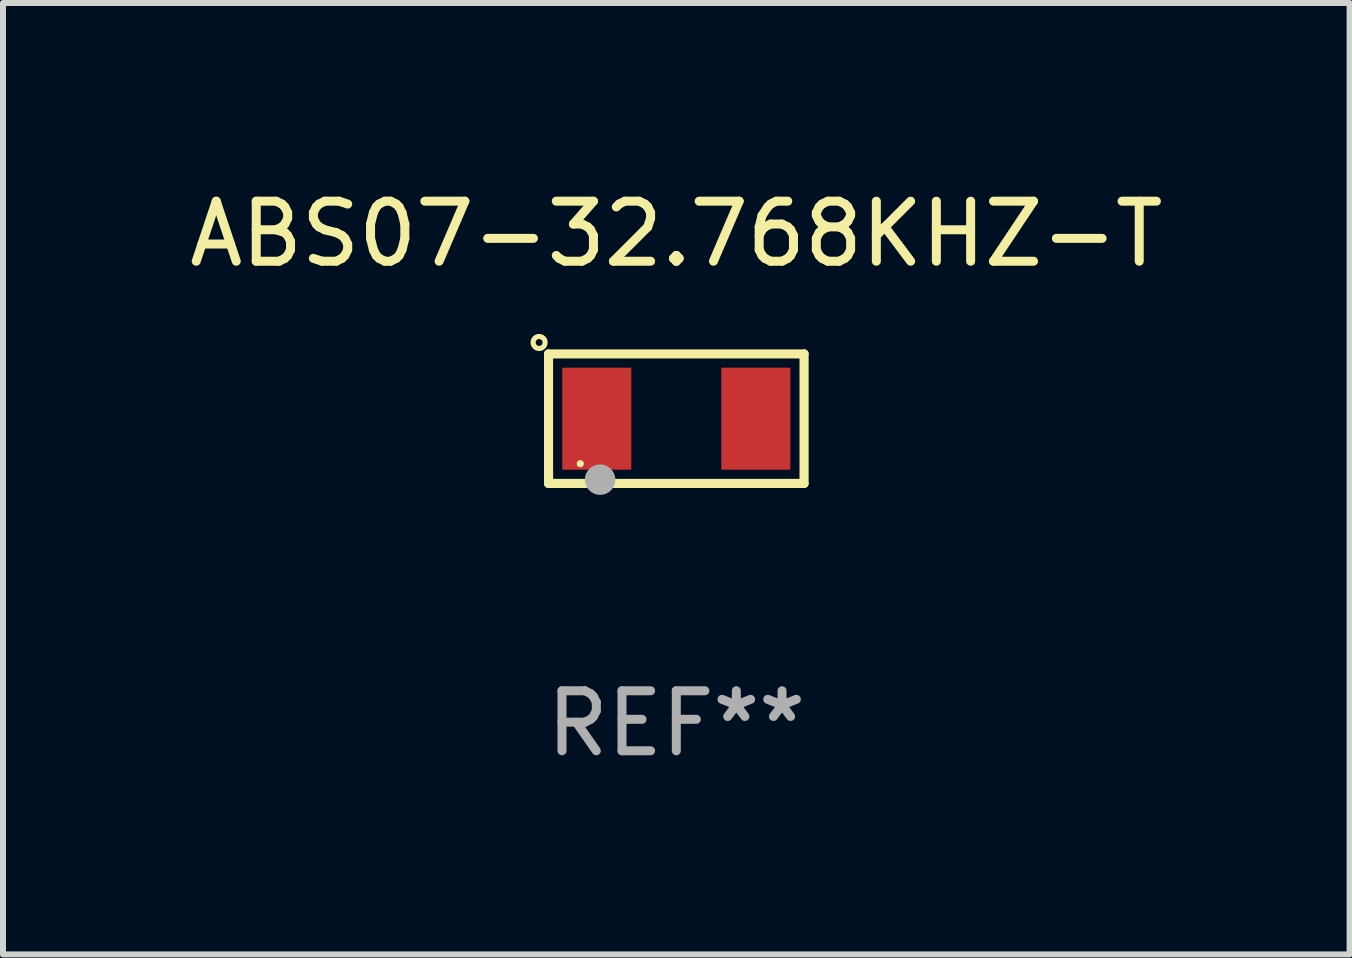
<source format=kicad_pcb>
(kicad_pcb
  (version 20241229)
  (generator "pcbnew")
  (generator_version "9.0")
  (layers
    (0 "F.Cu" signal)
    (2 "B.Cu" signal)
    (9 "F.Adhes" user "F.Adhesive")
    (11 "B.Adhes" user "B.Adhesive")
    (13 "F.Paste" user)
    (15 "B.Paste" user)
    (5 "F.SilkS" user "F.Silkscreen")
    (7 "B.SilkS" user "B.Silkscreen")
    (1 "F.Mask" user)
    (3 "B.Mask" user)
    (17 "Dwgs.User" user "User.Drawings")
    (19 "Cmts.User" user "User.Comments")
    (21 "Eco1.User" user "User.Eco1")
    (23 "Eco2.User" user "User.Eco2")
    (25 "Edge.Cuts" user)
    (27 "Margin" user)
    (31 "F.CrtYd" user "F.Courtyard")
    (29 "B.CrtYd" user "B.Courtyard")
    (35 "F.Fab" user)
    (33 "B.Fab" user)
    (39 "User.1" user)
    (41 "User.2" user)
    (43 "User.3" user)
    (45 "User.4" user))
  (footprint "ABS07-32.768KHZ-T"
    (layer "F.Cu")
    (at 8.22 3.927)
    (property "Reference" "ABS07-32.768KHZ-T" (at 0 -3.079 0) (layer "F.SilkS") (effects (font (size 1 1) (thickness 0.15))))
    (attr through_hole)
    (fp_line (start -2.129 -1.079) (end 2.129 -1.079) (stroke (width 0.152) (type solid)) (layer "F.SilkS"))
    (fp_line (start -2.129 1.079) (end -2.129 -1.079) (stroke (width 0.152) (type solid)) (layer "F.SilkS"))
    (fp_line (start 2.129 -1.079) (end 2.129 1.079) (stroke (width 0.152) (type solid)) (layer "F.SilkS"))
    (fp_line (start 2.129 1.079) (end -2.129 1.079) (stroke (width 0.152) (type solid)) (layer "F.SilkS"))
    (fp_circle (center -2.286 -1.27) (end -2.186 -1.27) (stroke (width 0.085) (type solid)) (fill no) (layer "F.SilkS"))
    (fp_circle (center -1.6 0.75) (end -1.57 0.75) (stroke (width 0.06) (type solid)) (fill no) (layer "F.SilkS"))
    (fp_circle (center -1.27 1.016) (end -1.143 1.016) (stroke (width 0.254) (type solid)) (fill no) (layer "F.Fab"))
    (fp_text user "REF**" (at 0 5.079 0) (layer "F.Fab") (effects (font (size 1 1) (thickness 0.15))))
    (pad "1" smd rect (at -1.325 0) (size 1.15 1.7) (layers "F.Cu" "F.Mask" "F.Paste"))
    (pad "2" smd rect (at 1.325 0) (size 1.15 1.7) (layers "F.Cu" "F.Mask" "F.Paste")))
  (gr_rect
    (start -3 -3)
    (end 19.44 12.854)
    (stroke (width 0.1) (type default))
    (fill no)
    (layer "Edge.Cuts")))
</source>
